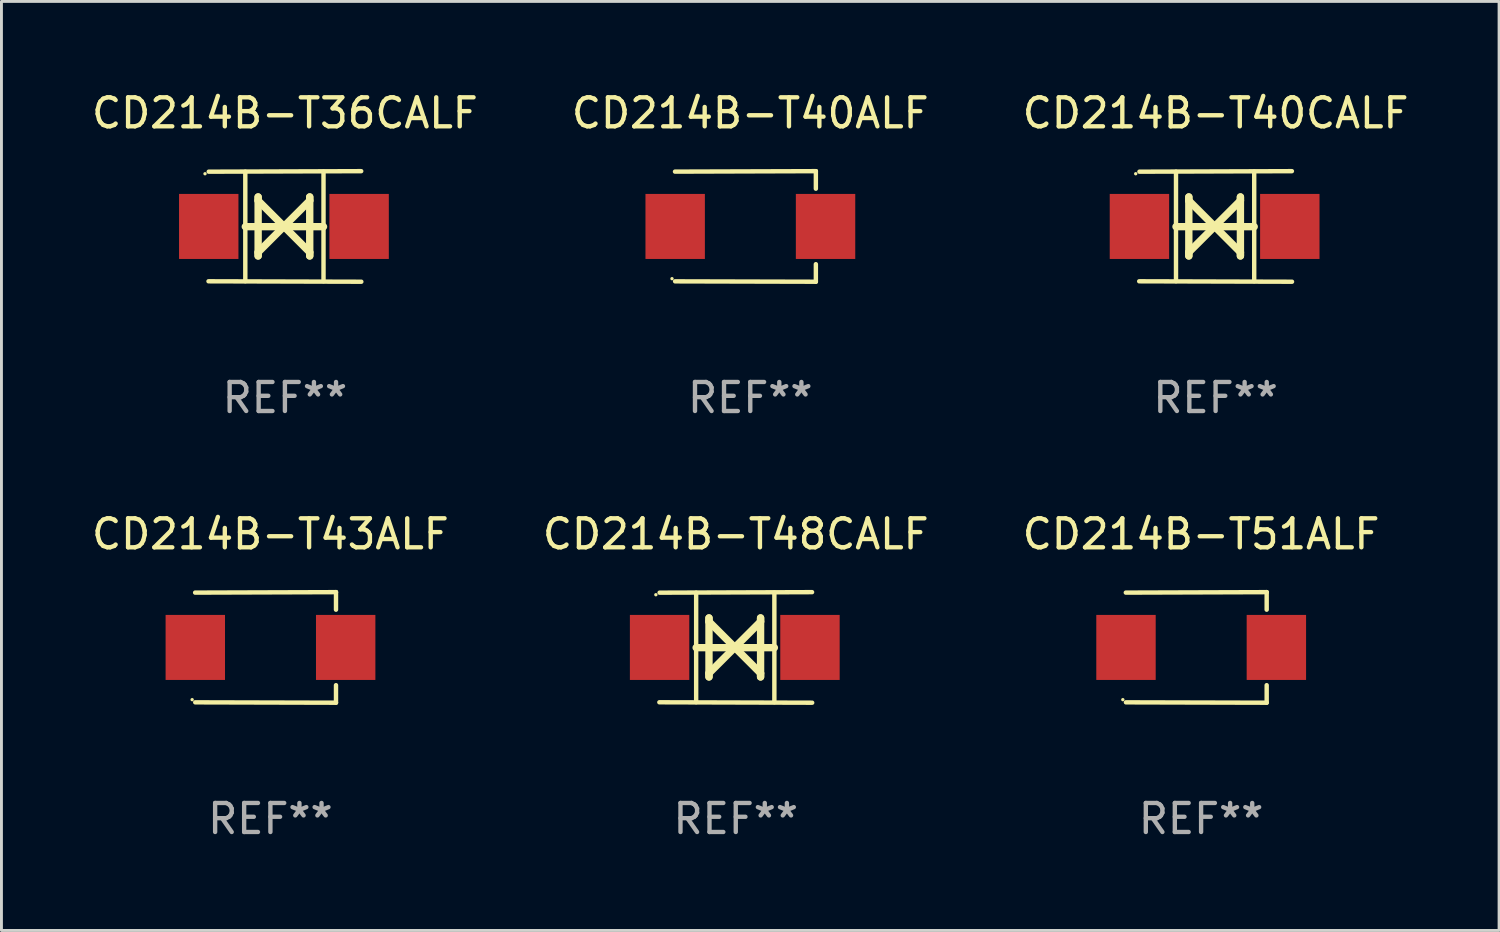
<source format=kicad_pcb>
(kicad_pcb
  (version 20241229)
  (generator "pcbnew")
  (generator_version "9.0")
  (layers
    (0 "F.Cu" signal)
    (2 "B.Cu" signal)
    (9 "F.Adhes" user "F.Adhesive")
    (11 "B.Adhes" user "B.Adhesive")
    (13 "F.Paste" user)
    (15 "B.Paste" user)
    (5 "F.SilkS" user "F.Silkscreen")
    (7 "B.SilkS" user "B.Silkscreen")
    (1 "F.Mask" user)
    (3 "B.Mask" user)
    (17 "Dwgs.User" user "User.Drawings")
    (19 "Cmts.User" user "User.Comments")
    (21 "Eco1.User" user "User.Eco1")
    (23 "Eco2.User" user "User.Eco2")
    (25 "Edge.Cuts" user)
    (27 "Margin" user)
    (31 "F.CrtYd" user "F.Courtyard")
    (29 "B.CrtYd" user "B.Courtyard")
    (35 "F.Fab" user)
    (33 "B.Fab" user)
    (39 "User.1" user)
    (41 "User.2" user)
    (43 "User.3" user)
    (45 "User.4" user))
  (footprint "CD214B-T48CALF"
    (layer "F.Cu")
    (at 22.304 19.26)
    (property "Reference" "CD214B-T48CALF" (at 0 -3.905 0) (layer "F.SilkS") (effects (font (size 1 1) (thickness 0.15))))
    (attr through_hole)
    (fp_line (start -1.365 1.886) (end -1.365 -1.886) (stroke (width 0.152) (type solid)) (layer "F.SilkS"))
    (fp_line (start -1.365 0.008) (end 1.33 0.008) (stroke (width 0.254) (type solid)) (layer "F.SilkS"))
    (fp_line (start -0.923 -1.016) (end -0.923 1.016) (stroke (width 0.254) (type solid)) (layer "F.SilkS"))
    (fp_line (start -0.923 -0.889) (end -0.923 -1.016) (stroke (width 0.254) (type solid)) (layer "F.SilkS"))
    (fp_line (start -0.923 0.889) (end -0.034 0) (stroke (width 0.254) (type solid)) (layer "F.SilkS"))
    (fp_line (start -0.923 1.016) (end -0.923 0.889) (stroke (width 0.254) (type solid)) (layer "F.SilkS"))
    (fp_line (start -0.034 0) (end -0.923 -0.889) (stroke (width 0.254) (type solid)) (layer "F.SilkS"))
    (fp_line (start -0.034 0) (end 0.855 0.889) (stroke (width 0.254) (type solid)) (layer "F.SilkS"))
    (fp_line (start 0.855 -1.016) (end 0.855 -0.889) (stroke (width 0.254) (type solid)) (layer "F.SilkS"))
    (fp_line (start 0.855 -0.889) (end -0.034 0) (stroke (width 0.254) (type solid)) (layer "F.SilkS"))
    (fp_line (start 0.855 0.889) (end 0.855 1.016) (stroke (width 0.254) (type solid)) (layer "F.SilkS"))
    (fp_line (start 0.855 1.016) (end 0.855 -1.016) (stroke (width 0.254) (type solid)) (layer "F.SilkS"))
    (fp_line (start 1.33 1.886) (end 1.33 -1.886) (stroke (width 0.152) (type solid)) (layer "F.SilkS"))
    (fp_line (start 2.629 -1.905) (end -2.625 -1.887) (stroke (width 0.152) (type solid)) (layer "F.SilkS"))
    (fp_line (start 2.633 1.905) (end -2.633 1.89) (stroke (width 0.152) (type solid)) (layer "F.SilkS"))
    (fp_circle (center -2.753 -1.816) (end -2.723 -1.816) (stroke (width 0.06) (type solid)) (fill no) (layer "F.SilkS"))
    (fp_text user "REF**" (at 0 5.905 0) (layer "F.Fab") (effects (font (size 1 1) (thickness 0.15))))
    (pad "1" smd rect (at -2.625 0) (size 2.047 2.241) (layers "F.Cu" "F.Mask" "F.Paste"))
    (pad "2" smd rect (at 2.557 0) (size 2.047 2.241) (layers "F.Cu" "F.Mask" "F.Paste")))
  (footprint "CD214B-T43ALF"
    (layer "F.Cu")
    (at 6.268 19.26)
    (property "Reference" "CD214B-T43ALF" (at 0 -3.905 0) (layer "F.SilkS") (effects (font (size 1 1) (thickness 0.15))))
    (attr through_hole)
    (fp_line (start 2.256 -1.905) (end -2.594 -1.889) (stroke (width 0.152) (type solid)) (layer "F.SilkS"))
    (fp_line (start 2.256 -1.905) (end 2.26 -1.905) (stroke (width 0.152) (type solid)) (layer "F.SilkS"))
    (fp_line (start 2.26 -1.905) (end 2.26 -1.301) (stroke (width 0.152) (type solid)) (layer "F.SilkS"))
    (fp_line (start 2.26 1.301) (end 2.26 1.905) (stroke (width 0.152) (type solid)) (layer "F.SilkS"))
    (fp_line (start 2.26 1.905) (end -2.59 1.892) (stroke (width 0.152) (type solid)) (layer "F.SilkS"))
    (fp_circle (center -2.697 1.8) (end -2.667 1.8) (stroke (width 0.06) (type solid)) (fill no) (layer "F.SilkS"))
    (fp_text user "REF**" (at 0 5.905 0) (layer "F.Fab") (effects (font (size 1 1) (thickness 0.15))))
    (pad "1" smd rect (at -2.588 0) (size 2.047 2.241) (layers "F.Cu" "F.Mask" "F.Paste"))
    (pad "2" smd rect (at 2.594 0) (size 2.047 2.241) (layers "F.Cu" "F.Mask" "F.Paste")))
  (footprint "CD214B-T51ALF"
    (layer "F.Cu")
    (at 38.339 19.26)
    (property "Reference" "CD214B-T51ALF" (at 0 -3.905 0) (layer "F.SilkS") (effects (font (size 1 1) (thickness 0.15))))
    (attr through_hole)
    (fp_line (start 2.256 -1.905) (end -2.594 -1.889) (stroke (width 0.152) (type solid)) (layer "F.SilkS"))
    (fp_line (start 2.256 -1.905) (end 2.26 -1.905) (stroke (width 0.152) (type solid)) (layer "F.SilkS"))
    (fp_line (start 2.26 -1.905) (end 2.26 -1.301) (stroke (width 0.152) (type solid)) (layer "F.SilkS"))
    (fp_line (start 2.26 1.301) (end 2.26 1.905) (stroke (width 0.152) (type solid)) (layer "F.SilkS"))
    (fp_line (start 2.26 1.905) (end -2.59 1.892) (stroke (width 0.152) (type solid)) (layer "F.SilkS"))
    (fp_circle (center -2.697 1.8) (end -2.667 1.8) (stroke (width 0.06) (type solid)) (fill no) (layer "F.SilkS"))
    (fp_text user "REF**" (at 0 5.905 0) (layer "F.Fab") (effects (font (size 1 1) (thickness 0.15))))
    (pad "1" smd rect (at -2.588 0) (size 2.047 2.241) (layers "F.Cu" "F.Mask" "F.Paste"))
    (pad "2" smd rect (at 2.594 0) (size 2.047 2.241) (layers "F.Cu" "F.Mask" "F.Paste")))
  (footprint "CD214B-T36CALF"
    (layer "F.Cu")
    (at 6.768 4.753)
    (property "Reference" "CD214B-T36CALF" (at 0 -3.905 0) (layer "F.SilkS") (effects (font (size 1 1) (thickness 0.15))))
    (attr through_hole)
    (fp_line (start -1.365 1.886) (end -1.365 -1.886) (stroke (width 0.152) (type solid)) (layer "F.SilkS"))
    (fp_line (start -1.365 0.008) (end 1.33 0.008) (stroke (width 0.254) (type solid)) (layer "F.SilkS"))
    (fp_line (start -0.923 -1.016) (end -0.923 1.016) (stroke (width 0.254) (type solid)) (layer "F.SilkS"))
    (fp_line (start -0.923 -0.889) (end -0.923 -1.016) (stroke (width 0.254) (type solid)) (layer "F.SilkS"))
    (fp_line (start -0.923 0.889) (end -0.034 0) (stroke (width 0.254) (type solid)) (layer "F.SilkS"))
    (fp_line (start -0.923 1.016) (end -0.923 0.889) (stroke (width 0.254) (type solid)) (layer "F.SilkS"))
    (fp_line (start -0.034 0) (end -0.923 -0.889) (stroke (width 0.254) (type solid)) (layer "F.SilkS"))
    (fp_line (start -0.034 0) (end 0.855 0.889) (stroke (width 0.254) (type solid)) (layer "F.SilkS"))
    (fp_line (start 0.855 -1.016) (end 0.855 -0.889) (stroke (width 0.254) (type solid)) (layer "F.SilkS"))
    (fp_line (start 0.855 -0.889) (end -0.034 0) (stroke (width 0.254) (type solid)) (layer "F.SilkS"))
    (fp_line (start 0.855 0.889) (end 0.855 1.016) (stroke (width 0.254) (type solid)) (layer "F.SilkS"))
    (fp_line (start 0.855 1.016) (end 0.855 -1.016) (stroke (width 0.254) (type solid)) (layer "F.SilkS"))
    (fp_line (start 1.33 1.886) (end 1.33 -1.886) (stroke (width 0.152) (type solid)) (layer "F.SilkS"))
    (fp_line (start 2.629 -1.905) (end -2.625 -1.887) (stroke (width 0.152) (type solid)) (layer "F.SilkS"))
    (fp_line (start 2.633 1.905) (end -2.633 1.89) (stroke (width 0.152) (type solid)) (layer "F.SilkS"))
    (fp_circle (center -2.753 -1.816) (end -2.723 -1.816) (stroke (width 0.06) (type solid)) (fill no) (layer "F.SilkS"))
    (fp_text user "REF**" (at 0 5.905 0) (layer "F.Fab") (effects (font (size 1 1) (thickness 0.15))))
    (pad "1" smd rect (at -2.625 0) (size 2.047 2.241) (layers "F.Cu" "F.Mask" "F.Paste"))
    (pad "2" smd rect (at 2.557 0) (size 2.047 2.241) (layers "F.Cu" "F.Mask" "F.Paste")))
  (footprint "CD214B-T40ALF"
    (layer "F.Cu")
    (at 22.804 4.753)
    (property "Reference" "CD214B-T40ALF" (at 0 -3.905 0) (layer "F.SilkS") (effects (font (size 1 1) (thickness 0.15))))
    (attr through_hole)
    (fp_line (start 2.256 -1.905) (end -2.594 -1.889) (stroke (width 0.152) (type solid)) (layer "F.SilkS"))
    (fp_line (start 2.256 -1.905) (end 2.26 -1.905) (stroke (width 0.152) (type solid)) (layer "F.SilkS"))
    (fp_line (start 2.26 -1.905) (end 2.26 -1.301) (stroke (width 0.152) (type solid)) (layer "F.SilkS"))
    (fp_line (start 2.26 1.301) (end 2.26 1.905) (stroke (width 0.152) (type solid)) (layer "F.SilkS"))
    (fp_line (start 2.26 1.905) (end -2.59 1.892) (stroke (width 0.152) (type solid)) (layer "F.SilkS"))
    (fp_circle (center -2.697 1.8) (end -2.667 1.8) (stroke (width 0.06) (type solid)) (fill no) (layer "F.SilkS"))
    (fp_text user "REF**" (at 0 5.905 0) (layer "F.Fab") (effects (font (size 1 1) (thickness 0.15))))
    (pad "1" smd rect (at -2.588 0) (size 2.047 2.241) (layers "F.Cu" "F.Mask" "F.Paste"))
    (pad "2" smd rect (at 2.594 0) (size 2.047 2.241) (layers "F.Cu" "F.Mask" "F.Paste")))
  (footprint "CD214B-T40CALF"
    (layer "F.Cu")
    (at 38.839 4.753)
    (property "Reference" "CD214B-T40CALF" (at 0 -3.905 0) (layer "F.SilkS") (effects (font (size 1 1) (thickness 0.15))))
    (attr through_hole)
    (fp_line (start -1.365 1.886) (end -1.365 -1.886) (stroke (width 0.152) (type solid)) (layer "F.SilkS"))
    (fp_line (start -1.365 0.008) (end 1.33 0.008) (stroke (width 0.254) (type solid)) (layer "F.SilkS"))
    (fp_line (start -0.923 -1.016) (end -0.923 1.016) (stroke (width 0.254) (type solid)) (layer "F.SilkS"))
    (fp_line (start -0.923 -0.889) (end -0.923 -1.016) (stroke (width 0.254) (type solid)) (layer "F.SilkS"))
    (fp_line (start -0.923 0.889) (end -0.034 0) (stroke (width 0.254) (type solid)) (layer "F.SilkS"))
    (fp_line (start -0.923 1.016) (end -0.923 0.889) (stroke (width 0.254) (type solid)) (layer "F.SilkS"))
    (fp_line (start -0.034 0) (end -0.923 -0.889) (stroke (width 0.254) (type solid)) (layer "F.SilkS"))
    (fp_line (start -0.034 0) (end 0.855 0.889) (stroke (width 0.254) (type solid)) (layer "F.SilkS"))
    (fp_line (start 0.855 -1.016) (end 0.855 -0.889) (stroke (width 0.254) (type solid)) (layer "F.SilkS"))
    (fp_line (start 0.855 -0.889) (end -0.034 0) (stroke (width 0.254) (type solid)) (layer "F.SilkS"))
    (fp_line (start 0.855 0.889) (end 0.855 1.016) (stroke (width 0.254) (type solid)) (layer "F.SilkS"))
    (fp_line (start 0.855 1.016) (end 0.855 -1.016) (stroke (width 0.254) (type solid)) (layer "F.SilkS"))
    (fp_line (start 1.33 1.886) (end 1.33 -1.886) (stroke (width 0.152) (type solid)) (layer "F.SilkS"))
    (fp_line (start 2.629 -1.905) (end -2.625 -1.887) (stroke (width 0.152) (type solid)) (layer "F.SilkS"))
    (fp_line (start 2.633 1.905) (end -2.633 1.89) (stroke (width 0.152) (type solid)) (layer "F.SilkS"))
    (fp_circle (center -2.753 -1.816) (end -2.723 -1.816) (stroke (width 0.06) (type solid)) (fill no) (layer "F.SilkS"))
    (fp_text user "REF**" (at 0 5.905 0) (layer "F.Fab") (effects (font (size 1 1) (thickness 0.15))))
    (pad "1" smd rect (at -2.625 0) (size 2.047 2.241) (layers "F.Cu" "F.Mask" "F.Paste"))
    (pad "2" smd rect (at 2.557 0) (size 2.047 2.241) (layers "F.Cu" "F.Mask" "F.Paste")))
  (gr_rect
    (start -3 -3)
    (end 48.607 29.013)
    (stroke (width 0.1) (type default))
    (fill no)
    (layer "Edge.Cuts")))
</source>
